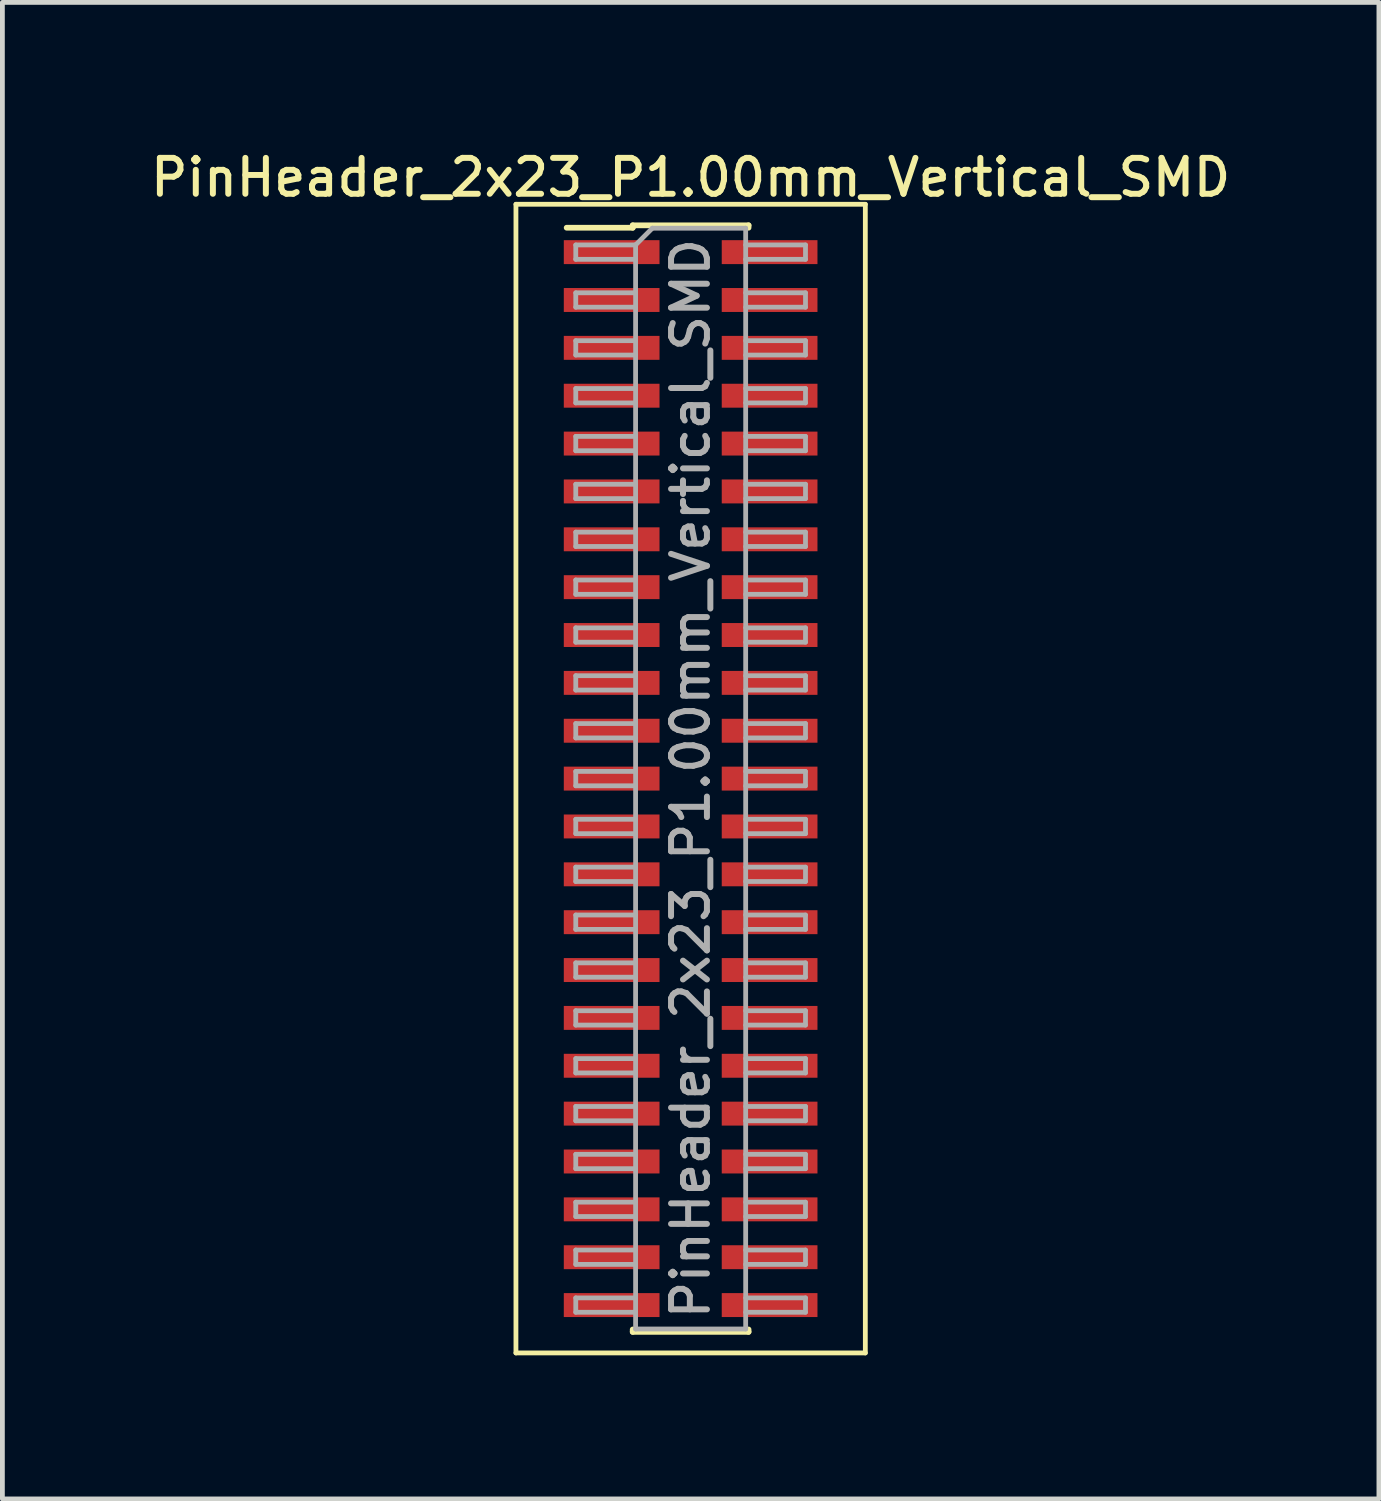
<source format=kicad_pcb>
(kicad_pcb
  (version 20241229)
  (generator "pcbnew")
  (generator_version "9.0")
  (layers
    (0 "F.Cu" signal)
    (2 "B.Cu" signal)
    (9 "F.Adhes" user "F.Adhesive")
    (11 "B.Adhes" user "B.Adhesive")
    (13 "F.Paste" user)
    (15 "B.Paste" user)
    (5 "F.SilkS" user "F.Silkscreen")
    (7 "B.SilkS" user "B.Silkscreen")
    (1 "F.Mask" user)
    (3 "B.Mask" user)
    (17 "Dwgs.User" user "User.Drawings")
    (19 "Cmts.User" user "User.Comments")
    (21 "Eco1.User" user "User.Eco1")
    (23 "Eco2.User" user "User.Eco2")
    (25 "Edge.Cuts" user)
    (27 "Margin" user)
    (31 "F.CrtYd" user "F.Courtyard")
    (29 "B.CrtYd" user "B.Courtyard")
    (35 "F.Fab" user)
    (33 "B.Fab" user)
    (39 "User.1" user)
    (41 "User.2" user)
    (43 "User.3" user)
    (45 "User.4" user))
  (footprint "PinHeader_2x23_P1.00mm_Vertical_SMD"
    (layer "F.Cu")
    (at 11.38 13.218)
    (property "Reference" "PinHeader_2x23_P1.00mm_Vertical_SMD" (at 0 -12.56 0) (layer "F.SilkS") (effects (font (size 0.75 0.75) (thickness 0.125))))
    (attr smd)
    (fp_line (start -3.65 -12) (end -3.65 12) (stroke (width 0.1) (type solid)) (layer "F.SilkS"))
    (fp_line (start -3.65 12) (end 3.65 12) (stroke (width 0.1) (type solid)) (layer "F.SilkS"))
    (fp_line (start -2.59 -11.51) (end -1.21 -11.51) (stroke (width 0.12) (type solid)) (layer "F.SilkS"))
    (fp_line (start -1.21 -11.56) (end -1.21 -11.51) (stroke (width 0.12) (type solid)) (layer "F.SilkS"))
    (fp_line (start -1.21 -11.56) (end 1.21 -11.56) (stroke (width 0.12) (type solid)) (layer "F.SilkS"))
    (fp_line (start -1.21 11.51) (end -1.21 11.56) (stroke (width 0.12) (type solid)) (layer "F.SilkS"))
    (fp_line (start -1.21 11.56) (end 1.21 11.56) (stroke (width 0.12) (type solid)) (layer "F.SilkS"))
    (fp_line (start 1.21 -11.56) (end 1.21 -11.51) (stroke (width 0.12) (type solid)) (layer "F.SilkS"))
    (fp_line (start 1.21 11.51) (end 1.21 11.56) (stroke (width 0.12) (type solid)) (layer "F.SilkS"))
    (fp_line (start 3.65 -12) (end -3.65 -12) (stroke (width 0.1) (type solid)) (layer "F.SilkS"))
    (fp_line (start 3.65 12) (end 3.65 -12) (stroke (width 0.1) (type solid)) (layer "F.SilkS"))
    (fp_line (start -2.4 -11.15) (end -2.4 -10.85) (stroke (width 0.1) (type solid)) (layer "F.Fab"))
    (fp_line (start -2.4 -10.85) (end -1.15 -10.85) (stroke (width 0.1) (type solid)) (layer "F.Fab"))
    (fp_line (start -2.4 -10.15) (end -2.4 -9.85) (stroke (width 0.1) (type solid)) (layer "F.Fab"))
    (fp_line (start -2.4 -9.85) (end -1.15 -9.85) (stroke (width 0.1) (type solid)) (layer "F.Fab"))
    (fp_line (start -2.4 -9.15) (end -2.4 -8.85) (stroke (width 0.1) (type solid)) (layer "F.Fab"))
    (fp_line (start -2.4 -8.85) (end -1.15 -8.85) (stroke (width 0.1) (type solid)) (layer "F.Fab"))
    (fp_line (start -2.4 -8.15) (end -2.4 -7.85) (stroke (width 0.1) (type solid)) (layer "F.Fab"))
    (fp_line (start -2.4 -7.85) (end -1.15 -7.85) (stroke (width 0.1) (type solid)) (layer "F.Fab"))
    (fp_line (start -2.4 -7.15) (end -2.4 -6.85) (stroke (width 0.1) (type solid)) (layer "F.Fab"))
    (fp_line (start -2.4 -6.85) (end -1.15 -6.85) (stroke (width 0.1) (type solid)) (layer "F.Fab"))
    (fp_line (start -2.4 -6.15) (end -2.4 -5.85) (stroke (width 0.1) (type solid)) (layer "F.Fab"))
    (fp_line (start -2.4 -5.85) (end -1.15 -5.85) (stroke (width 0.1) (type solid)) (layer "F.Fab"))
    (fp_line (start -2.4 -5.15) (end -2.4 -4.85) (stroke (width 0.1) (type solid)) (layer "F.Fab"))
    (fp_line (start -2.4 -4.85) (end -1.15 -4.85) (stroke (width 0.1) (type solid)) (layer "F.Fab"))
    (fp_line (start -2.4 -4.15) (end -2.4 -3.85) (stroke (width 0.1) (type solid)) (layer "F.Fab"))
    (fp_line (start -2.4 -3.85) (end -1.15 -3.85) (stroke (width 0.1) (type solid)) (layer "F.Fab"))
    (fp_line (start -2.4 -3.15) (end -2.4 -2.85) (stroke (width 0.1) (type solid)) (layer "F.Fab"))
    (fp_line (start -2.4 -2.85) (end -1.15 -2.85) (stroke (width 0.1) (type solid)) (layer "F.Fab"))
    (fp_line (start -2.4 -2.15) (end -2.4 -1.85) (stroke (width 0.1) (type solid)) (layer "F.Fab"))
    (fp_line (start -2.4 -1.85) (end -1.15 -1.85) (stroke (width 0.1) (type solid)) (layer "F.Fab"))
    (fp_line (start -2.4 -1.15) (end -2.4 -0.85) (stroke (width 0.1) (type solid)) (layer "F.Fab"))
    (fp_line (start -2.4 -0.85) (end -1.15 -0.85) (stroke (width 0.1) (type solid)) (layer "F.Fab"))
    (fp_line (start -2.4 -0.15) (end -2.4 0.15) (stroke (width 0.1) (type solid)) (layer "F.Fab"))
    (fp_line (start -2.4 0.15) (end -1.15 0.15) (stroke (width 0.1) (type solid)) (layer "F.Fab"))
    (fp_line (start -2.4 0.85) (end -2.4 1.15) (stroke (width 0.1) (type solid)) (layer "F.Fab"))
    (fp_line (start -2.4 1.15) (end -1.15 1.15) (stroke (width 0.1) (type solid)) (layer "F.Fab"))
    (fp_line (start -2.4 1.85) (end -2.4 2.15) (stroke (width 0.1) (type solid)) (layer "F.Fab"))
    (fp_line (start -2.4 2.15) (end -1.15 2.15) (stroke (width 0.1) (type solid)) (layer "F.Fab"))
    (fp_line (start -2.4 2.85) (end -2.4 3.15) (stroke (width 0.1) (type solid)) (layer "F.Fab"))
    (fp_line (start -2.4 3.15) (end -1.15 3.15) (stroke (width 0.1) (type solid)) (layer "F.Fab"))
    (fp_line (start -2.4 3.85) (end -2.4 4.15) (stroke (width 0.1) (type solid)) (layer "F.Fab"))
    (fp_line (start -2.4 4.15) (end -1.15 4.15) (stroke (width 0.1) (type solid)) (layer "F.Fab"))
    (fp_line (start -2.4 4.85) (end -2.4 5.15) (stroke (width 0.1) (type solid)) (layer "F.Fab"))
    (fp_line (start -2.4 5.15) (end -1.15 5.15) (stroke (width 0.1) (type solid)) (layer "F.Fab"))
    (fp_line (start -2.4 5.85) (end -2.4 6.15) (stroke (width 0.1) (type solid)) (layer "F.Fab"))
    (fp_line (start -2.4 6.15) (end -1.15 6.15) (stroke (width 0.1) (type solid)) (layer "F.Fab"))
    (fp_line (start -2.4 6.85) (end -2.4 7.15) (stroke (width 0.1) (type solid)) (layer "F.Fab"))
    (fp_line (start -2.4 7.15) (end -1.15 7.15) (stroke (width 0.1) (type solid)) (layer "F.Fab"))
    (fp_line (start -2.4 7.85) (end -2.4 8.15) (stroke (width 0.1) (type solid)) (layer "F.Fab"))
    (fp_line (start -2.4 8.15) (end -1.15 8.15) (stroke (width 0.1) (type solid)) (layer "F.Fab"))
    (fp_line (start -2.4 8.85) (end -2.4 9.15) (stroke (width 0.1) (type solid)) (layer "F.Fab"))
    (fp_line (start -2.4 9.15) (end -1.15 9.15) (stroke (width 0.1) (type solid)) (layer "F.Fab"))
    (fp_line (start -2.4 9.85) (end -2.4 10.15) (stroke (width 0.1) (type solid)) (layer "F.Fab"))
    (fp_line (start -2.4 10.15) (end -1.15 10.15) (stroke (width 0.1) (type solid)) (layer "F.Fab"))
    (fp_line (start -2.4 10.85) (end -2.4 11.15) (stroke (width 0.1) (type solid)) (layer "F.Fab"))
    (fp_line (start -2.4 11.15) (end -1.15 11.15) (stroke (width 0.1) (type solid)) (layer "F.Fab"))
    (fp_line (start -1.15 -11.15) (end -2.4 -11.15) (stroke (width 0.1) (type solid)) (layer "F.Fab"))
    (fp_line (start -1.15 -11.15) (end -0.8 -11.5) (stroke (width 0.1) (type solid)) (layer "F.Fab"))
    (fp_line (start -1.15 -10.15) (end -2.4 -10.15) (stroke (width 0.1) (type solid)) (layer "F.Fab"))
    (fp_line (start -1.15 -9.15) (end -2.4 -9.15) (stroke (width 0.1) (type solid)) (layer "F.Fab"))
    (fp_line (start -1.15 -8.15) (end -2.4 -8.15) (stroke (width 0.1) (type solid)) (layer "F.Fab"))
    (fp_line (start -1.15 -7.15) (end -2.4 -7.15) (stroke (width 0.1) (type solid)) (layer "F.Fab"))
    (fp_line (start -1.15 -6.15) (end -2.4 -6.15) (stroke (width 0.1) (type solid)) (layer "F.Fab"))
    (fp_line (start -1.15 -5.15) (end -2.4 -5.15) (stroke (width 0.1) (type solid)) (layer "F.Fab"))
    (fp_line (start -1.15 -4.15) (end -2.4 -4.15) (stroke (width 0.1) (type solid)) (layer "F.Fab"))
    (fp_line (start -1.15 -3.15) (end -2.4 -3.15) (stroke (width 0.1) (type solid)) (layer "F.Fab"))
    (fp_line (start -1.15 -2.15) (end -2.4 -2.15) (stroke (width 0.1) (type solid)) (layer "F.Fab"))
    (fp_line (start -1.15 -1.15) (end -2.4 -1.15) (stroke (width 0.1) (type solid)) (layer "F.Fab"))
    (fp_line (start -1.15 -0.15) (end -2.4 -0.15) (stroke (width 0.1) (type solid)) (layer "F.Fab"))
    (fp_line (start -1.15 0.85) (end -2.4 0.85) (stroke (width 0.1) (type solid)) (layer "F.Fab"))
    (fp_line (start -1.15 1.85) (end -2.4 1.85) (stroke (width 0.1) (type solid)) (layer "F.Fab"))
    (fp_line (start -1.15 2.85) (end -2.4 2.85) (stroke (width 0.1) (type solid)) (layer "F.Fab"))
    (fp_line (start -1.15 3.85) (end -2.4 3.85) (stroke (width 0.1) (type solid)) (layer "F.Fab"))
    (fp_line (start -1.15 4.85) (end -2.4 4.85) (stroke (width 0.1) (type solid)) (layer "F.Fab"))
    (fp_line (start -1.15 5.85) (end -2.4 5.85) (stroke (width 0.1) (type solid)) (layer "F.Fab"))
    (fp_line (start -1.15 6.85) (end -2.4 6.85) (stroke (width 0.1) (type solid)) (layer "F.Fab"))
    (fp_line (start -1.15 7.85) (end -2.4 7.85) (stroke (width 0.1) (type solid)) (layer "F.Fab"))
    (fp_line (start -1.15 8.85) (end -2.4 8.85) (stroke (width 0.1) (type solid)) (layer "F.Fab"))
    (fp_line (start -1.15 9.85) (end -2.4 9.85) (stroke (width 0.1) (type solid)) (layer "F.Fab"))
    (fp_line (start -1.15 10.85) (end -2.4 10.85) (stroke (width 0.1) (type solid)) (layer "F.Fab"))
    (fp_line (start -1.15 11.5) (end -1.15 -11.15) (stroke (width 0.1) (type solid)) (layer "F.Fab"))
    (fp_line (start -0.8 -11.5) (end 1.15 -11.5) (stroke (width 0.1) (type solid)) (layer "F.Fab"))
    (fp_line (start 1.15 -11.5) (end 1.15 11.5) (stroke (width 0.1) (type solid)) (layer "F.Fab"))
    (fp_line (start 1.15 -11.15) (end 2.4 -11.15) (stroke (width 0.1) (type solid)) (layer "F.Fab"))
    (fp_line (start 1.15 -10.15) (end 2.4 -10.15) (stroke (width 0.1) (type solid)) (layer "F.Fab"))
    (fp_line (start 1.15 -9.15) (end 2.4 -9.15) (stroke (width 0.1) (type solid)) (layer "F.Fab"))
    (fp_line (start 1.15 -8.15) (end 2.4 -8.15) (stroke (width 0.1) (type solid)) (layer "F.Fab"))
    (fp_line (start 1.15 -7.15) (end 2.4 -7.15) (stroke (width 0.1) (type solid)) (layer "F.Fab"))
    (fp_line (start 1.15 -6.15) (end 2.4 -6.15) (stroke (width 0.1) (type solid)) (layer "F.Fab"))
    (fp_line (start 1.15 -5.15) (end 2.4 -5.15) (stroke (width 0.1) (type solid)) (layer "F.Fab"))
    (fp_line (start 1.15 -4.15) (end 2.4 -4.15) (stroke (width 0.1) (type solid)) (layer "F.Fab"))
    (fp_line (start 1.15 -3.15) (end 2.4 -3.15) (stroke (width 0.1) (type solid)) (layer "F.Fab"))
    (fp_line (start 1.15 -2.15) (end 2.4 -2.15) (stroke (width 0.1) (type solid)) (layer "F.Fab"))
    (fp_line (start 1.15 -1.15) (end 2.4 -1.15) (stroke (width 0.1) (type solid)) (layer "F.Fab"))
    (fp_line (start 1.15 -0.15) (end 2.4 -0.15) (stroke (width 0.1) (type solid)) (layer "F.Fab"))
    (fp_line (start 1.15 0.85) (end 2.4 0.85) (stroke (width 0.1) (type solid)) (layer "F.Fab"))
    (fp_line (start 1.15 1.85) (end 2.4 1.85) (stroke (width 0.1) (type solid)) (layer "F.Fab"))
    (fp_line (start 1.15 2.85) (end 2.4 2.85) (stroke (width 0.1) (type solid)) (layer "F.Fab"))
    (fp_line (start 1.15 3.85) (end 2.4 3.85) (stroke (width 0.1) (type solid)) (layer "F.Fab"))
    (fp_line (start 1.15 4.85) (end 2.4 4.85) (stroke (width 0.1) (type solid)) (layer "F.Fab"))
    (fp_line (start 1.15 5.85) (end 2.4 5.85) (stroke (width 0.1) (type solid)) (layer "F.Fab"))
    (fp_line (start 1.15 6.85) (end 2.4 6.85) (stroke (width 0.1) (type solid)) (layer "F.Fab"))
    (fp_line (start 1.15 7.85) (end 2.4 7.85) (stroke (width 0.1) (type solid)) (layer "F.Fab"))
    (fp_line (start 1.15 8.85) (end 2.4 8.85) (stroke (width 0.1) (type solid)) (layer "F.Fab"))
    (fp_line (start 1.15 9.85) (end 2.4 9.85) (stroke (width 0.1) (type solid)) (layer "F.Fab"))
    (fp_line (start 1.15 10.85) (end 2.4 10.85) (stroke (width 0.1) (type solid)) (layer "F.Fab"))
    (fp_line (start 1.15 11.5) (end -1.15 11.5) (stroke (width 0.1) (type solid)) (layer "F.Fab"))
    (fp_line (start 2.4 -11.15) (end 2.4 -10.85) (stroke (width 0.1) (type solid)) (layer "F.Fab"))
    (fp_line (start 2.4 -10.85) (end 1.15 -10.85) (stroke (width 0.1) (type solid)) (layer "F.Fab"))
    (fp_line (start 2.4 -10.15) (end 2.4 -9.85) (stroke (width 0.1) (type solid)) (layer "F.Fab"))
    (fp_line (start 2.4 -9.85) (end 1.15 -9.85) (stroke (width 0.1) (type solid)) (layer "F.Fab"))
    (fp_line (start 2.4 -9.15) (end 2.4 -8.85) (stroke (width 0.1) (type solid)) (layer "F.Fab"))
    (fp_line (start 2.4 -8.85) (end 1.15 -8.85) (stroke (width 0.1) (type solid)) (layer "F.Fab"))
    (fp_line (start 2.4 -8.15) (end 2.4 -7.85) (stroke (width 0.1) (type solid)) (layer "F.Fab"))
    (fp_line (start 2.4 -7.85) (end 1.15 -7.85) (stroke (width 0.1) (type solid)) (layer "F.Fab"))
    (fp_line (start 2.4 -7.15) (end 2.4 -6.85) (stroke (width 0.1) (type solid)) (layer "F.Fab"))
    (fp_line (start 2.4 -6.85) (end 1.15 -6.85) (stroke (width 0.1) (type solid)) (layer "F.Fab"))
    (fp_line (start 2.4 -6.15) (end 2.4 -5.85) (stroke (width 0.1) (type solid)) (layer "F.Fab"))
    (fp_line (start 2.4 -5.85) (end 1.15 -5.85) (stroke (width 0.1) (type solid)) (layer "F.Fab"))
    (fp_line (start 2.4 -5.15) (end 2.4 -4.85) (stroke (width 0.1) (type solid)) (layer "F.Fab"))
    (fp_line (start 2.4 -4.85) (end 1.15 -4.85) (stroke (width 0.1) (type solid)) (layer "F.Fab"))
    (fp_line (start 2.4 -4.15) (end 2.4 -3.85) (stroke (width 0.1) (type solid)) (layer "F.Fab"))
    (fp_line (start 2.4 -3.85) (end 1.15 -3.85) (stroke (width 0.1) (type solid)) (layer "F.Fab"))
    (fp_line (start 2.4 -3.15) (end 2.4 -2.85) (stroke (width 0.1) (type solid)) (layer "F.Fab"))
    (fp_line (start 2.4 -2.85) (end 1.15 -2.85) (stroke (width 0.1) (type solid)) (layer "F.Fab"))
    (fp_line (start 2.4 -2.15) (end 2.4 -1.85) (stroke (width 0.1) (type solid)) (layer "F.Fab"))
    (fp_line (start 2.4 -1.85) (end 1.15 -1.85) (stroke (width 0.1) (type solid)) (layer "F.Fab"))
    (fp_line (start 2.4 -1.15) (end 2.4 -0.85) (stroke (width 0.1) (type solid)) (layer "F.Fab"))
    (fp_line (start 2.4 -0.85) (end 1.15 -0.85) (stroke (width 0.1) (type solid)) (layer "F.Fab"))
    (fp_line (start 2.4 -0.15) (end 2.4 0.15) (stroke (width 0.1) (type solid)) (layer "F.Fab"))
    (fp_line (start 2.4 0.15) (end 1.15 0.15) (stroke (width 0.1) (type solid)) (layer "F.Fab"))
    (fp_line (start 2.4 0.85) (end 2.4 1.15) (stroke (width 0.1) (type solid)) (layer "F.Fab"))
    (fp_line (start 2.4 1.15) (end 1.15 1.15) (stroke (width 0.1) (type solid)) (layer "F.Fab"))
    (fp_line (start 2.4 1.85) (end 2.4 2.15) (stroke (width 0.1) (type solid)) (layer "F.Fab"))
    (fp_line (start 2.4 2.15) (end 1.15 2.15) (stroke (width 0.1) (type solid)) (layer "F.Fab"))
    (fp_line (start 2.4 2.85) (end 2.4 3.15) (stroke (width 0.1) (type solid)) (layer "F.Fab"))
    (fp_line (start 2.4 3.15) (end 1.15 3.15) (stroke (width 0.1) (type solid)) (layer "F.Fab"))
    (fp_line (start 2.4 3.85) (end 2.4 4.15) (stroke (width 0.1) (type solid)) (layer "F.Fab"))
    (fp_line (start 2.4 4.15) (end 1.15 4.15) (stroke (width 0.1) (type solid)) (layer "F.Fab"))
    (fp_line (start 2.4 4.85) (end 2.4 5.15) (stroke (width 0.1) (type solid)) (layer "F.Fab"))
    (fp_line (start 2.4 5.15) (end 1.15 5.15) (stroke (width 0.1) (type solid)) (layer "F.Fab"))
    (fp_line (start 2.4 5.85) (end 2.4 6.15) (stroke (width 0.1) (type solid)) (layer "F.Fab"))
    (fp_line (start 2.4 6.15) (end 1.15 6.15) (stroke (width 0.1) (type solid)) (layer "F.Fab"))
    (fp_line (start 2.4 6.85) (end 2.4 7.15) (stroke (width 0.1) (type solid)) (layer "F.Fab"))
    (fp_line (start 2.4 7.15) (end 1.15 7.15) (stroke (width 0.1) (type solid)) (layer "F.Fab"))
    (fp_line (start 2.4 7.85) (end 2.4 8.15) (stroke (width 0.1) (type solid)) (layer "F.Fab"))
    (fp_line (start 2.4 8.15) (end 1.15 8.15) (stroke (width 0.1) (type solid)) (layer "F.Fab"))
    (fp_line (start 2.4 8.85) (end 2.4 9.15) (stroke (width 0.1) (type solid)) (layer "F.Fab"))
    (fp_line (start 2.4 9.15) (end 1.15 9.15) (stroke (width 0.1) (type solid)) (layer "F.Fab"))
    (fp_line (start 2.4 9.85) (end 2.4 10.15) (stroke (width 0.1) (type solid)) (layer "F.Fab"))
    (fp_line (start 2.4 10.15) (end 1.15 10.15) (stroke (width 0.1) (type solid)) (layer "F.Fab"))
    (fp_line (start 2.4 10.85) (end 2.4 11.15) (stroke (width 0.1) (type solid)) (layer "F.Fab"))
    (fp_line (start 2.4 11.15) (end 1.15 11.15) (stroke (width 0.1) (type solid)) (layer "F.Fab"))
    (fp_text user "${REFERENCE}" (at 0 0 90) (layer "F.Fab") (effects (font (size 0.75 0.75) (thickness 0.125))))
    (pad "1" smd rect (at -1.65 -11) (size 2 0.5) (layers "F.Cu" "F.Mask" "F.Paste"))
    (pad "2" smd rect (at 1.65 -11) (size 2 0.5) (layers "F.Cu" "F.Mask" "F.Paste"))
    (pad "3" smd rect (at -1.65 -10) (size 2 0.5) (layers "F.Cu" "F.Mask" "F.Paste"))
    (pad "4" smd rect (at 1.65 -10) (size 2 0.5) (layers "F.Cu" "F.Mask" "F.Paste"))
    (pad "5" smd rect (at -1.65 -9) (size 2 0.5) (layers "F.Cu" "F.Mask" "F.Paste"))
    (pad "6" smd rect (at 1.65 -9) (size 2 0.5) (layers "F.Cu" "F.Mask" "F.Paste"))
    (pad "7" smd rect (at -1.65 -8) (size 2 0.5) (layers "F.Cu" "F.Mask" "F.Paste"))
    (pad "8" smd rect (at 1.65 -8) (size 2 0.5) (layers "F.Cu" "F.Mask" "F.Paste"))
    (pad "9" smd rect (at -1.65 -7) (size 2 0.5) (layers "F.Cu" "F.Mask" "F.Paste"))
    (pad "10" smd rect (at 1.65 -7) (size 2 0.5) (layers "F.Cu" "F.Mask" "F.Paste"))
    (pad "11" smd rect (at -1.65 -6) (size 2 0.5) (layers "F.Cu" "F.Mask" "F.Paste"))
    (pad "12" smd rect (at 1.65 -6) (size 2 0.5) (layers "F.Cu" "F.Mask" "F.Paste"))
    (pad "13" smd rect (at -1.65 -5) (size 2 0.5) (layers "F.Cu" "F.Mask" "F.Paste"))
    (pad "14" smd rect (at 1.65 -5) (size 2 0.5) (layers "F.Cu" "F.Mask" "F.Paste"))
    (pad "15" smd rect (at -1.65 -4) (size 2 0.5) (layers "F.Cu" "F.Mask" "F.Paste"))
    (pad "16" smd rect (at 1.65 -4) (size 2 0.5) (layers "F.Cu" "F.Mask" "F.Paste"))
    (pad "17" smd rect (at -1.65 -3) (size 2 0.5) (layers "F.Cu" "F.Mask" "F.Paste"))
    (pad "18" smd rect (at 1.65 -3) (size 2 0.5) (layers "F.Cu" "F.Mask" "F.Paste"))
    (pad "19" smd rect (at -1.65 -2) (size 2 0.5) (layers "F.Cu" "F.Mask" "F.Paste"))
    (pad "20" smd rect (at 1.65 -2) (size 2 0.5) (layers "F.Cu" "F.Mask" "F.Paste"))
    (pad "21" smd rect (at -1.65 -1) (size 2 0.5) (layers "F.Cu" "F.Mask" "F.Paste"))
    (pad "22" smd rect (at 1.65 -1) (size 2 0.5) (layers "F.Cu" "F.Mask" "F.Paste"))
    (pad "23" smd rect (at -1.65 0) (size 2 0.5) (layers "F.Cu" "F.Mask" "F.Paste"))
    (pad "24" smd rect (at 1.65 0) (size 2 0.5) (layers "F.Cu" "F.Mask" "F.Paste"))
    (pad "25" smd rect (at -1.65 1) (size 2 0.5) (layers "F.Cu" "F.Mask" "F.Paste"))
    (pad "26" smd rect (at 1.65 1) (size 2 0.5) (layers "F.Cu" "F.Mask" "F.Paste"))
    (pad "27" smd rect (at -1.65 2) (size 2 0.5) (layers "F.Cu" "F.Mask" "F.Paste"))
    (pad "28" smd rect (at 1.65 2) (size 2 0.5) (layers "F.Cu" "F.Mask" "F.Paste"))
    (pad "29" smd rect (at -1.65 3) (size 2 0.5) (layers "F.Cu" "F.Mask" "F.Paste"))
    (pad "30" smd rect (at 1.65 3) (size 2 0.5) (layers "F.Cu" "F.Mask" "F.Paste"))
    (pad "31" smd rect (at -1.65 4) (size 2 0.5) (layers "F.Cu" "F.Mask" "F.Paste"))
    (pad "32" smd rect (at 1.65 4) (size 2 0.5) (layers "F.Cu" "F.Mask" "F.Paste"))
    (pad "33" smd rect (at -1.65 5) (size 2 0.5) (layers "F.Cu" "F.Mask" "F.Paste"))
    (pad "34" smd rect (at 1.65 5) (size 2 0.5) (layers "F.Cu" "F.Mask" "F.Paste"))
    (pad "35" smd rect (at -1.65 6) (size 2 0.5) (layers "F.Cu" "F.Mask" "F.Paste"))
    (pad "36" smd rect (at 1.65 6) (size 2 0.5) (layers "F.Cu" "F.Mask" "F.Paste"))
    (pad "37" smd rect (at -1.65 7) (size 2 0.5) (layers "F.Cu" "F.Mask" "F.Paste"))
    (pad "38" smd rect (at 1.65 7) (size 2 0.5) (layers "F.Cu" "F.Mask" "F.Paste"))
    (pad "39" smd rect (at -1.65 8) (size 2 0.5) (layers "F.Cu" "F.Mask" "F.Paste"))
    (pad "40" smd rect (at 1.65 8) (size 2 0.5) (layers "F.Cu" "F.Mask" "F.Paste"))
    (pad "41" smd rect (at -1.65 9) (size 2 0.5) (layers "F.Cu" "F.Mask" "F.Paste"))
    (pad "42" smd rect (at 1.65 9) (size 2 0.5) (layers "F.Cu" "F.Mask" "F.Paste"))
    (pad "43" smd rect (at -1.65 10) (size 2 0.5) (layers "F.Cu" "F.Mask" "F.Paste"))
    (pad "44" smd rect (at 1.65 10) (size 2 0.5) (layers "F.Cu" "F.Mask" "F.Paste"))
    (pad "45" smd rect (at -1.65 11) (size 2 0.5) (layers "F.Cu" "F.Mask" "F.Paste"))
    (pad "46" smd rect (at 1.65 11) (size 2 0.5) (layers "F.Cu" "F.Mask" "F.Paste")))
  (gr_rect
    (start -3 -3)
    (end 25.761 28.268)
    (stroke (width 0.1) (type default))
    (fill no)
    (layer "Edge.Cuts")))
</source>
